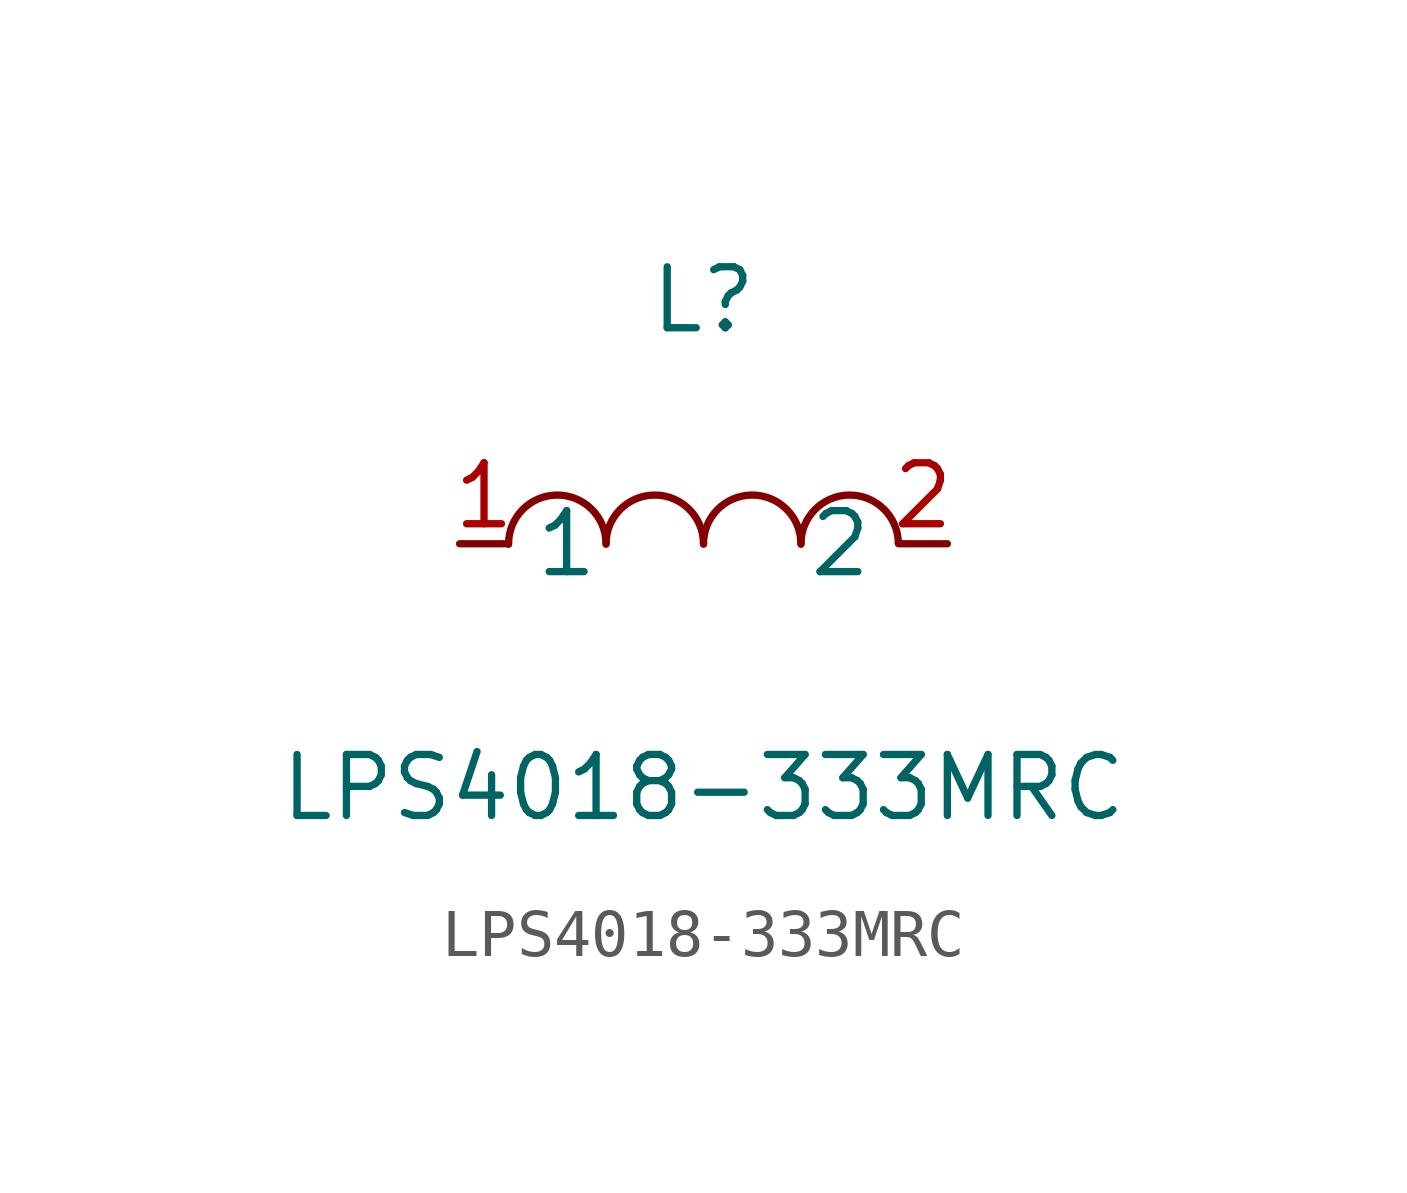
<source format=kicad_sym>
(kicad_symbol_lib
  (version 20241209)
  (generator "kicad_symbol_editor")
  (generator_version "9.0")
  (symbol "LPS4018-333MRC"
    (property "Reference" "L"
      (at 0 5.08 0)
      (effects (font (size 1.27 1.27))))
    (property "Value" "LPS4018-333MRC"
      (at 0 -5.08 0)
      (effects (font (size 1.27 1.27))))
    (symbol "LPS4018-333MRC_0_1"
      (arc (start -4.06 -0.01) (mid -2.83 0.99) (end -2.03 0.01) (stroke (width 0) (type default)) (fill (type none)))
      (arc (start -2.03 -0.01) (mid -0.8 0.99) (end 0 0.01) (stroke (width 0) (type default)) (fill (type none)))
      (arc (start 0 -0.01) (mid 1.23 0.99) (end 2.03 0.01) (stroke (width 0) (type default)) (fill (type none)))
      (arc (start 2.03 -0.01) (mid 3.26 0.99) (end 4.06 0.01) (stroke (width 0) (type default)) (fill (type none)))
      (pin unspecified line (at -5.08 0 0) (length 1.016) (name "1" (effects (font (size 1.27 1.27)))) (number "1" (effects (font (size 1.27 1.27)))))
      (pin unspecified line (at 5.08 0 180) (length 1.016) (name "2" (effects (font (size 1.27 1.27)))) (number "2" (effects (font (size 1.27 1.27))))))))
</source>
